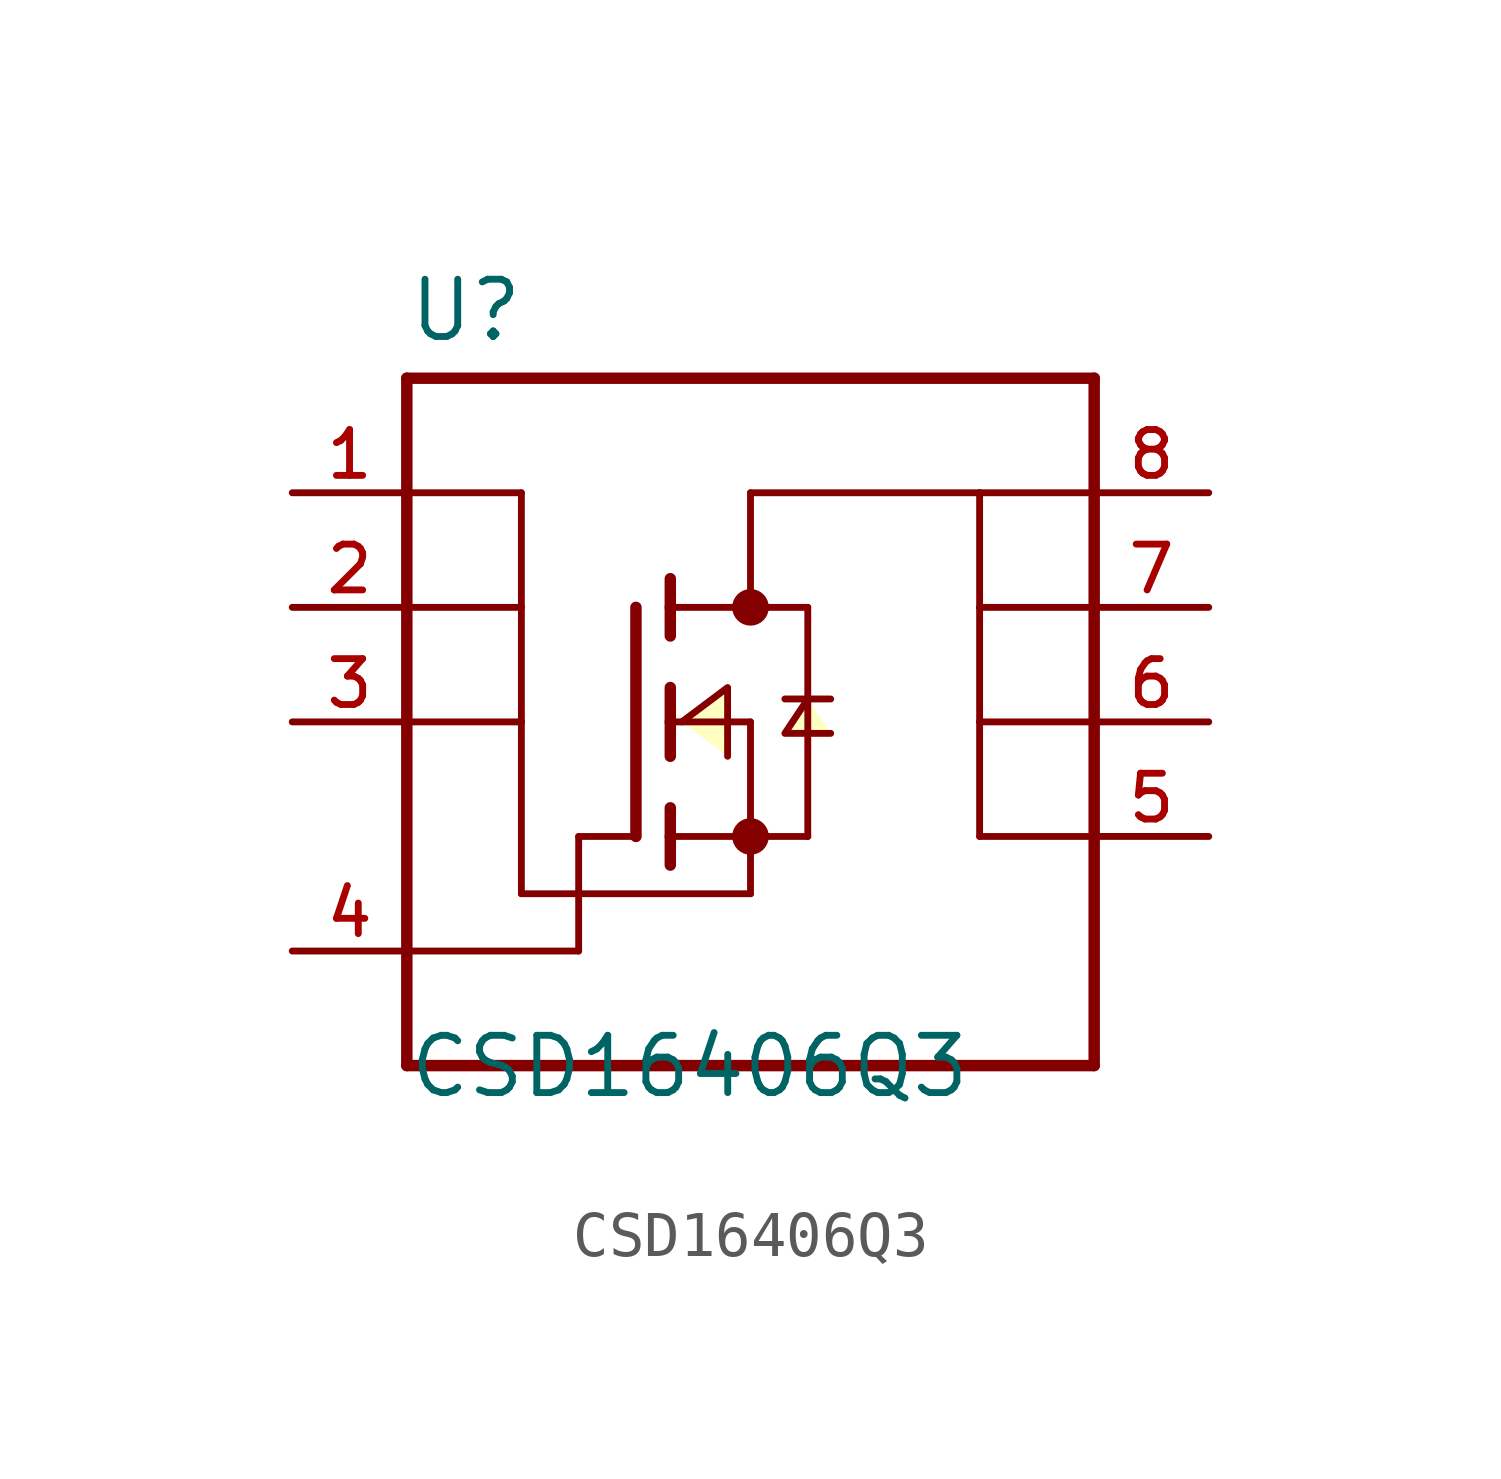
<source format=kicad_sym>
(kicad_symbol_lib
  (version 20211014)
  (generator kicad_symbol_editor)
  (symbol "CSD16406Q3"
    (pin_names
      (offset 1.016) hide)
    (property "Reference" "U"
      (at -7.62 8.382 0)
      (effects (font (size 1.27 1.27)) (justify left bottom)))
    (property "Value" "CSD16406Q3"
      (at -7.62 -8.382 0)
      (effects (font (size 1.27 1.27)) (justify left bottom)))
    (property "ki_locked" ""
      (at 0 0 0)
      (effects (font (size 1.27 1.27))))
    (symbol "CSD16406Q3_0_0"
      (circle (center 0 -2.54) (radius 0.203) (stroke (width 0.406) (type default) (color 0 0 0 0)) (fill (type none)))
      (polyline (pts (xy -7.62 -7.62) (xy -7.62 -5.08)) (stroke (width 0.254) (type default) (color 0 0 0 0)) (fill (type none)))
      (polyline (pts (xy -7.62 -5.08) (xy -7.62 0)) (stroke (width 0.254) (type default) (color 0 0 0 0)) (fill (type none)))
      (polyline (pts (xy -7.62 -5.08) (xy -3.81 -5.08)) (stroke (width 0.152) (type default) (color 0 0 0 0)) (fill (type none)))
      (polyline (pts (xy -7.62 0) (xy -7.62 2.54)) (stroke (width 0.254) (type default) (color 0 0 0 0)) (fill (type none)))
      (polyline (pts (xy -7.62 2.54) (xy -7.62 5.08)) (stroke (width 0.254) (type default) (color 0 0 0 0)) (fill (type none)))
      (polyline (pts (xy -7.62 2.54) (xy -5.08 2.54)) (stroke (width 0.152) (type default) (color 0 0 0 0)) (fill (type none)))
      (polyline (pts (xy -7.62 5.08) (xy -7.62 7.62)) (stroke (width 0.254) (type default) (color 0 0 0 0)) (fill (type none)))
      (polyline (pts (xy -7.62 5.08) (xy -5.08 5.08)) (stroke (width 0.152) (type default) (color 0 0 0 0)) (fill (type none)))
      (polyline (pts (xy -7.62 7.62) (xy 7.62 7.62)) (stroke (width 0.254) (type default) (color 0 0 0 0)) (fill (type none)))
      (polyline (pts (xy -5.08 -3.81) (xy 0 -3.81)) (stroke (width 0.152) (type default) (color 0 0 0 0)) (fill (type none)))
      (polyline (pts (xy -5.08 0) (xy -7.62 0)) (stroke (width 0.152) (type default) (color 0 0 0 0)) (fill (type none)))
      (polyline (pts (xy -5.08 0) (xy -5.08 -3.81)) (stroke (width 0.152) (type default) (color 0 0 0 0)) (fill (type none)))
      (polyline (pts (xy -5.08 2.54) (xy -5.08 0)) (stroke (width 0.152) (type default) (color 0 0 0 0)) (fill (type none)))
      (polyline (pts (xy -5.08 5.08) (xy -5.08 2.54)) (stroke (width 0.152) (type default) (color 0 0 0 0)) (fill (type none)))
      (polyline (pts (xy -3.81 -5.08) (xy -3.81 -2.54)) (stroke (width 0.152) (type default) (color 0 0 0 0)) (fill (type none)))
      (polyline (pts (xy -3.81 -2.54) (xy -2.54 -2.54)) (stroke (width 0.152) (type default) (color 0 0 0 0)) (fill (type none)))
      (polyline (pts (xy -2.54 2.54) (xy -2.54 -2.54)) (stroke (width 0.254) (type default) (color 0 0 0 0)) (fill (type none)))
      (polyline (pts (xy -1.778 -2.54) (xy -1.778 -3.175)) (stroke (width 0.254) (type default) (color 0 0 0 0)) (fill (type none)))
      (polyline (pts (xy -1.778 -1.905) (xy -1.778 -2.54)) (stroke (width 0.254) (type default) (color 0 0 0 0)) (fill (type none)))
      (polyline (pts (xy -1.778 0) (xy -1.778 -0.762)) (stroke (width 0.254) (type default) (color 0 0 0 0)) (fill (type none)))
      (polyline (pts (xy -1.778 0) (xy 0 0)) (stroke (width 0.152) (type default) (color 0 0 0 0)) (fill (type none)))
      (polyline (pts (xy -1.778 0.762) (xy -1.778 0)) (stroke (width 0.254) (type default) (color 0 0 0 0)) (fill (type none)))
      (polyline (pts (xy -1.778 2.54) (xy -1.778 1.905)) (stroke (width 0.254) (type default) (color 0 0 0 0)) (fill (type none)))
      (polyline (pts (xy -1.778 2.54) (xy 0 2.54)) (stroke (width 0.152) (type default) (color 0 0 0 0)) (fill (type none)))
      (polyline (pts (xy -1.778 3.175) (xy -1.778 2.54)) (stroke (width 0.254) (type default) (color 0 0 0 0)) (fill (type none)))
      (polyline (pts (xy 0 -3.81) (xy 0 -2.54)) (stroke (width 0.152) (type default) (color 0 0 0 0)) (fill (type none)))
      (polyline (pts (xy 0 -2.54) (xy -1.778 -2.54)) (stroke (width 0.152) (type default) (color 0 0 0 0)) (fill (type none)))
      (polyline (pts (xy 0 -2.54) (xy 1.27 -2.54)) (stroke (width 0.152) (type default) (color 0 0 0 0)) (fill (type none)))
      (polyline (pts (xy 0 0) (xy 0 -2.54)) (stroke (width 0.152) (type default) (color 0 0 0 0)) (fill (type none)))
      (polyline (pts (xy 0 2.54) (xy 1.27 2.54)) (stroke (width 0.152) (type default) (color 0 0 0 0)) (fill (type none)))
      (polyline (pts (xy 0 5.08) (xy 0 2.54)) (stroke (width 0.152) (type default) (color 0 0 0 0)) (fill (type none)))
      (polyline (pts (xy 1.27 0.508) (xy 0.762 0.508)) (stroke (width 0.152) (type default) (color 0 0 0 0)) (fill (type none)))
      (polyline (pts (xy 1.27 0.508) (xy 1.27 -2.54)) (stroke (width 0.152) (type default) (color 0 0 0 0)) (fill (type none)))
      (polyline (pts (xy 1.27 2.54) (xy 1.27 0.508)) (stroke (width 0.152) (type default) (color 0 0 0 0)) (fill (type none)))
      (polyline (pts (xy 1.778 0.508) (xy 1.27 0.508)) (stroke (width 0.152) (type default) (color 0 0 0 0)) (fill (type none)))
      (polyline (pts (xy 5.08 -2.54) (xy 5.08 0)) (stroke (width 0.152) (type default) (color 0 0 0 0)) (fill (type none)))
      (polyline (pts (xy 5.08 -2.54) (xy 7.62 -2.54)) (stroke (width 0.152) (type default) (color 0 0 0 0)) (fill (type none)))
      (polyline (pts (xy 5.08 0) (xy 5.08 2.54)) (stroke (width 0.152) (type default) (color 0 0 0 0)) (fill (type none)))
      (polyline (pts (xy 5.08 0) (xy 7.62 0)) (stroke (width 0.152) (type default) (color 0 0 0 0)) (fill (type none)))
      (polyline (pts (xy 5.08 2.54) (xy 5.08 5.08)) (stroke (width 0.152) (type default) (color 0 0 0 0)) (fill (type none)))
      (polyline (pts (xy 5.08 2.54) (xy 7.62 2.54)) (stroke (width 0.152) (type default) (color 0 0 0 0)) (fill (type none)))
      (polyline (pts (xy 5.08 5.08) (xy 0 5.08)) (stroke (width 0.152) (type default) (color 0 0 0 0)) (fill (type none)))
      (polyline (pts (xy 5.08 5.08) (xy 7.62 5.08)) (stroke (width 0.152) (type default) (color 0 0 0 0)) (fill (type none)))
      (polyline (pts (xy 7.62 -7.62) (xy -7.62 -7.62)) (stroke (width 0.254) (type default) (color 0 0 0 0)) (fill (type none)))
      (polyline (pts (xy 7.62 -2.54) (xy 7.62 -7.62)) (stroke (width 0.254) (type default) (color 0 0 0 0)) (fill (type none)))
      (polyline (pts (xy 7.62 0) (xy 7.62 -2.54)) (stroke (width 0.254) (type default) (color 0 0 0 0)) (fill (type none)))
      (polyline (pts (xy 7.62 2.54) (xy 7.62 0)) (stroke (width 0.254) (type default) (color 0 0 0 0)) (fill (type none)))
      (polyline (pts (xy 7.62 5.08) (xy 7.62 2.54)) (stroke (width 0.254) (type default) (color 0 0 0 0)) (fill (type none)))
      (polyline (pts (xy 7.62 7.62) (xy 7.62 5.08)) (stroke (width 0.254) (type default) (color 0 0 0 0)) (fill (type none)))
      (polyline (pts (xy -1.524 0) (xy -0.508 0.762) (xy -0.508 -0.762)) (stroke (width 0.152) (type default) (color 0 0 0 0)) (fill (type background)))
      (polyline (pts (xy 1.27 0.508) (xy 0.762 -0.254) (xy 1.778 -0.254)) (stroke (width 0.152) (type default) (color 0 0 0 0)) (fill (type background)))
      (circle (center 0 2.54) (radius 0.203) (stroke (width 0.406) (type default) (color 0 0 0 0)) (fill (type none)))
      (pin passive line (at -10.16 5.08 0) (length 2.54) (name "~" (effects (font (size 1.016 1.016)))) (number "1" (effects (font (size 1.016 1.016)))))
      (pin passive line (at -10.16 2.54 0) (length 2.54) (name "~" (effects (font (size 1.016 1.016)))) (number "2" (effects (font (size 1.016 1.016)))))
      (pin passive line (at -10.16 0 0) (length 2.54) (name "~" (effects (font (size 1.016 1.016)))) (number "3" (effects (font (size 1.016 1.016)))))
      (pin passive line (at -10.16 -5.08 0) (length 2.54) (name "~" (effects (font (size 1.016 1.016)))) (number "4" (effects (font (size 1.016 1.016)))))
      (pin passive line (at 10.16 -2.54 180) (length 2.54) (name "~" (effects (font (size 1.016 1.016)))) (number "5" (effects (font (size 1.016 1.016)))))
      (pin passive line (at 10.16 0 180) (length 2.54) (name "~" (effects (font (size 1.016 1.016)))) (number "6" (effects (font (size 1.016 1.016)))))
      (pin passive line (at 10.16 2.54 180) (length 2.54) (name "~" (effects (font (size 1.016 1.016)))) (number "7" (effects (font (size 1.016 1.016)))))
      (pin passive line (at 10.16 5.08 180) (length 2.54) (name "~" (effects (font (size 1.016 1.016)))) (number "8" (effects (font (size 1.016 1.016))))))))
</source>
